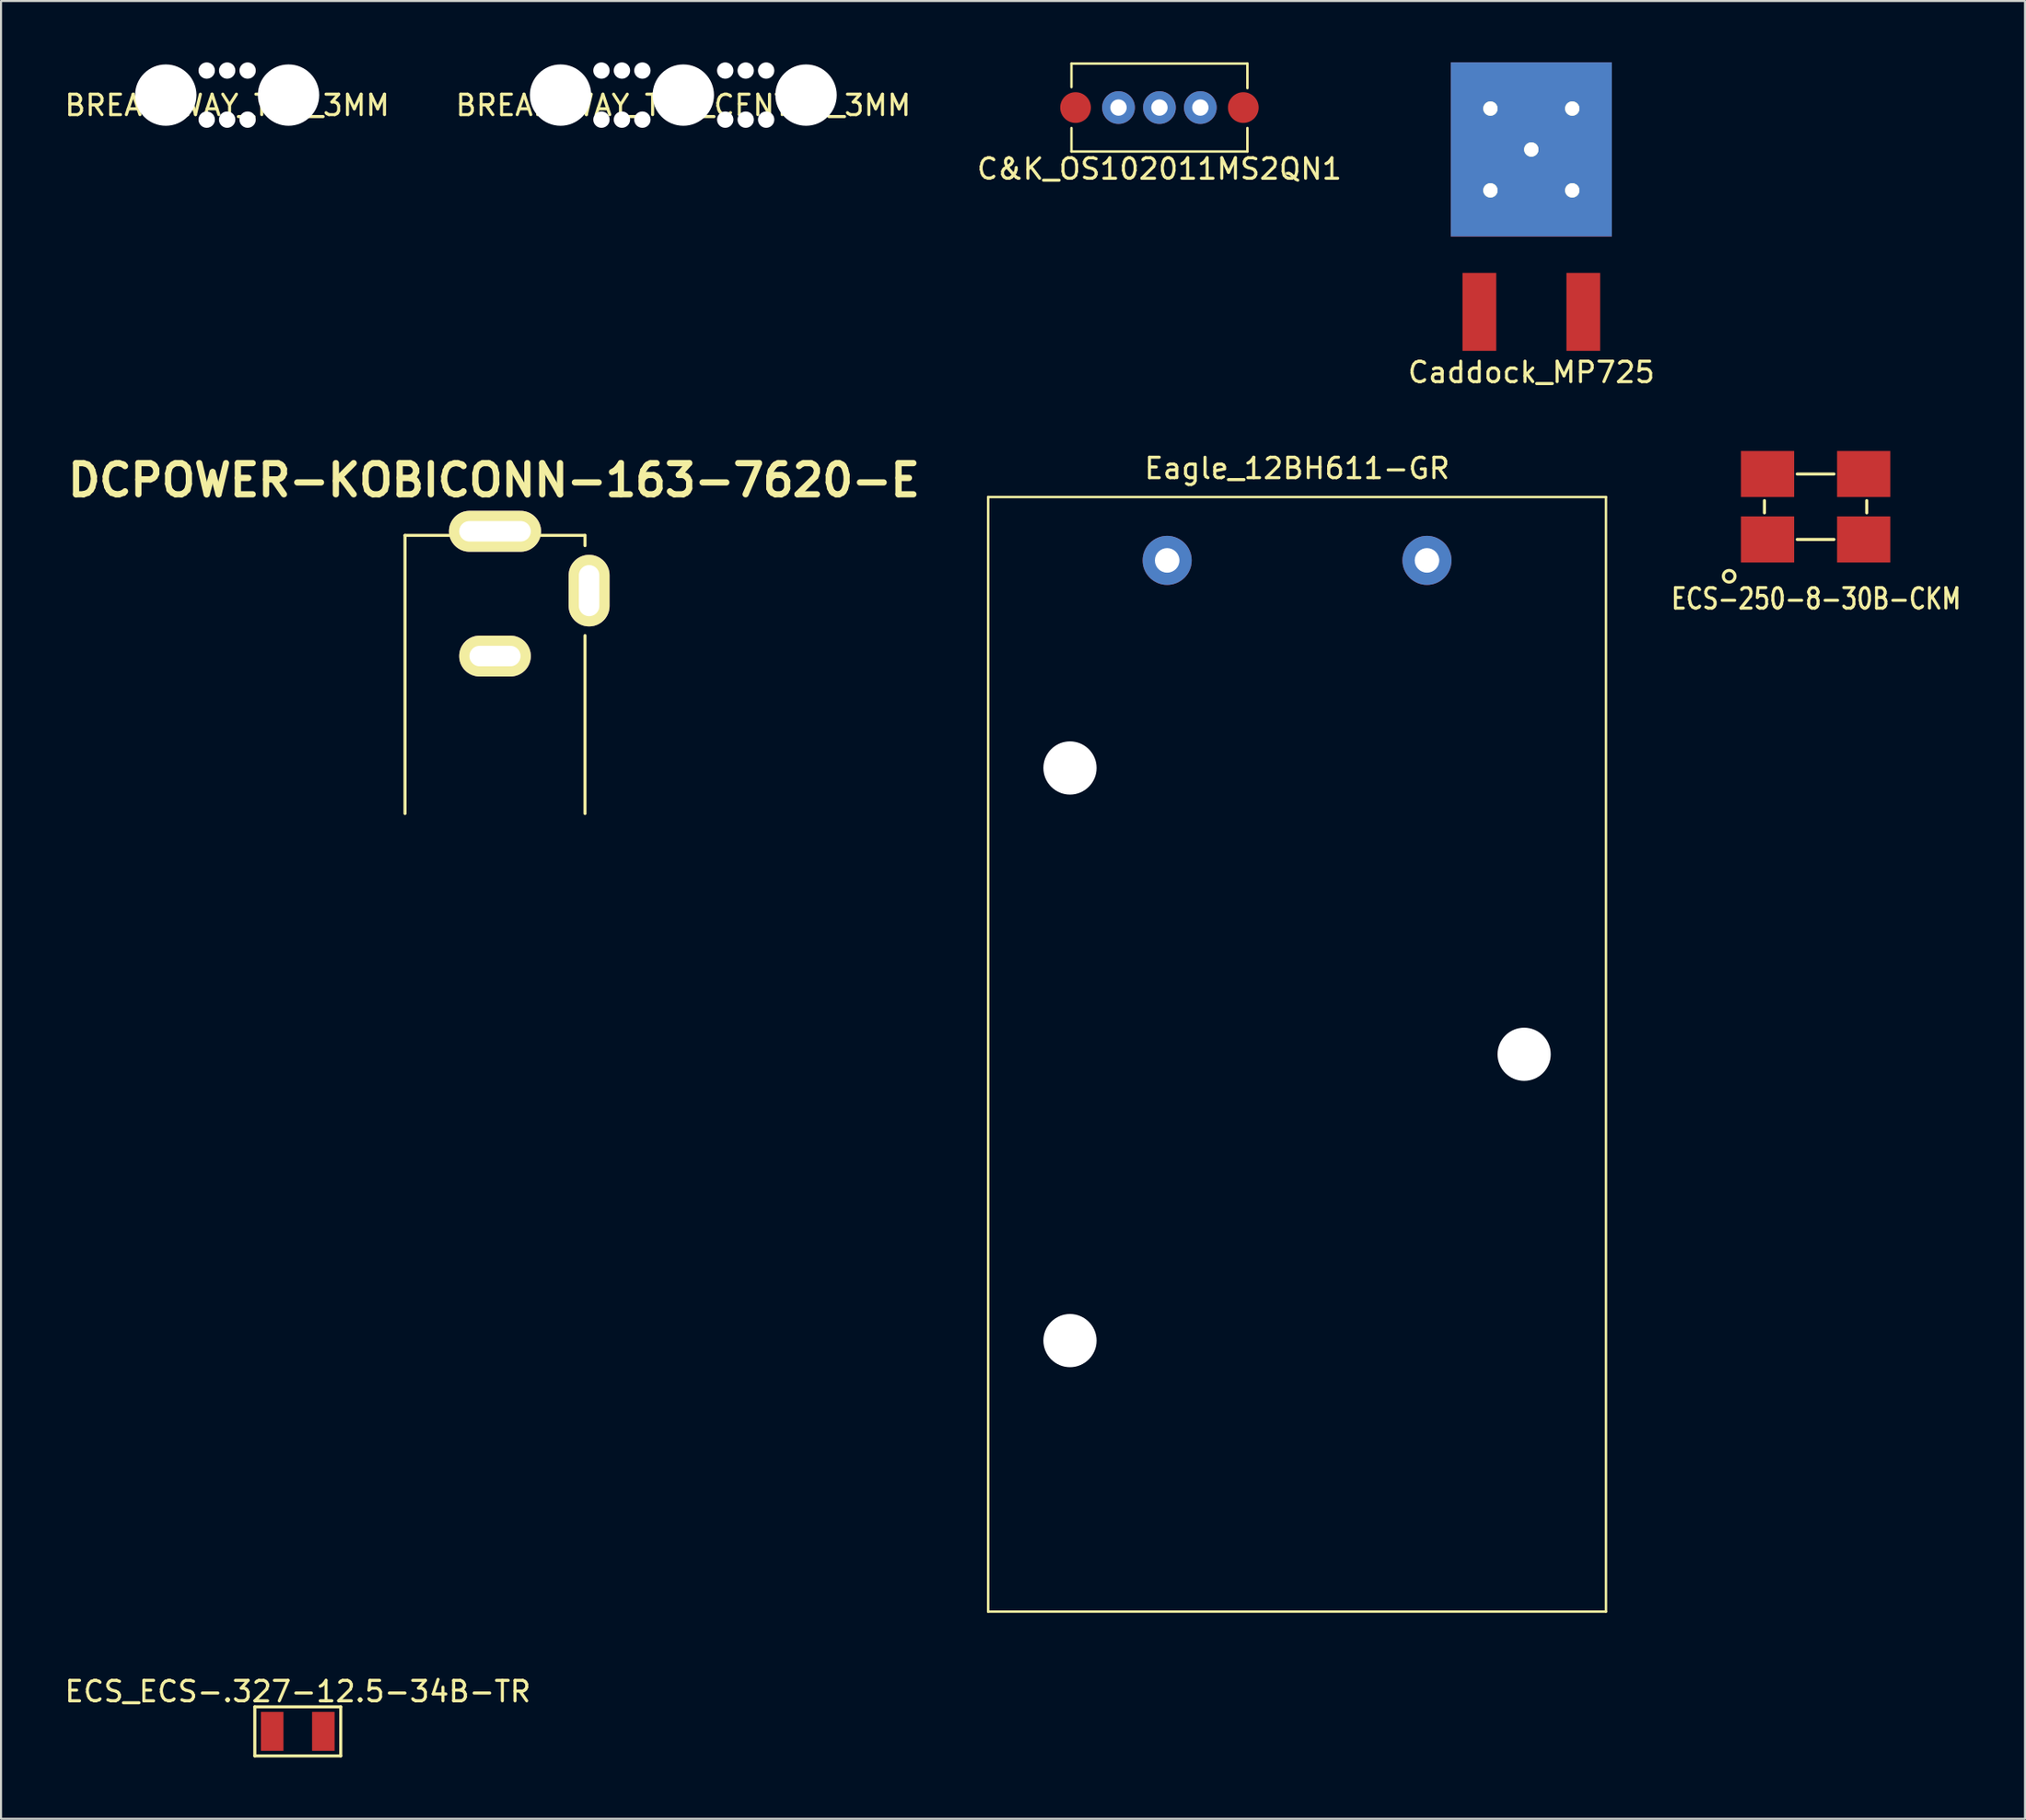
<source format=kicad_pcb>
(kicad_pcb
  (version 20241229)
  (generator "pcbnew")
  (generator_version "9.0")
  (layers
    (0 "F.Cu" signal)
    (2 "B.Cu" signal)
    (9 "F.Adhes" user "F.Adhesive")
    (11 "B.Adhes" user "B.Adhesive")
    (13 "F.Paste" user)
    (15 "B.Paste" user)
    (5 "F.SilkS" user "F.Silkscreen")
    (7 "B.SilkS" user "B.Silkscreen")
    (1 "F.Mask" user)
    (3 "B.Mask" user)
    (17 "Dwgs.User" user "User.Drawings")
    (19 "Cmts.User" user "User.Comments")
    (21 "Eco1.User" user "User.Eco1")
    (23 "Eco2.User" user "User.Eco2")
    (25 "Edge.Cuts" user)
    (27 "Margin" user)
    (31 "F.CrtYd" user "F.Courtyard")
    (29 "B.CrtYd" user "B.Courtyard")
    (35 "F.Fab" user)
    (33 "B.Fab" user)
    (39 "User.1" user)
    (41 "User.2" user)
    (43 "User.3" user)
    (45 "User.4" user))
  (footprint "ECS-250-8-30B-CKM"
    (layer "F.Cu")
    (at 85.7 21.728)
    (property "Reference" "ECS-250-8-30B-CKM" (at 0.025 4.5 0) (layer "F.SilkS") (effects (font (size 1 0.8) (thickness 0.15))))
    (attr through_hole)
    (fp_line (start -2.5 -0.3) (end -2.5 0.3) (stroke (width 0.15) (type solid)) (layer "F.SilkS"))
    (fp_line (start -0.9 -1.6) (end 0.9 -1.6) (stroke (width 0.15) (type solid)) (layer "F.SilkS"))
    (fp_line (start -0.9 1.6) (end 0.9 1.6) (stroke (width 0.15) (type solid)) (layer "F.SilkS"))
    (fp_line (start 2.5 -0.3) (end 2.5 0.3) (stroke (width 0.15) (type solid)) (layer "F.SilkS"))
    (fp_circle (center -4.225 3.4) (end -3.95 3.475) (stroke (width 0.15) (type solid)) (fill no) (layer "F.SilkS"))
    (pad "1" smd rect (at -2.35 1.6) (size 2.6 2.25) (layers "F.Cu" "F.Mask" "F.Paste"))
    (pad "2" smd rect (at 2.35 1.6) (size 2.6 2.25) (layers "F.Cu" "F.Mask" "F.Paste"))
    (pad "3" smd rect (at 2.35 -1.6) (size 2.6 2.25) (layers "F.Cu" "F.Mask" "F.Paste"))
    (pad "4" smd rect (at -2.35 -1.6) (size 2.6 2.25) (layers "F.Cu" "F.Mask" "F.Paste")))
  (footprint "C&K_OS102011MS2QN1"
    (layer "F.Cu")
    (at 53.625 2.21)
    (property "Reference" "C&K_OS102011MS2QN1" (at 0 3 0) (layer "F.SilkS") (effects (font (size 1 1) (thickness 0.15))))
    (attr through_hole)
    (fp_line (start -4.3 -2.15) (end 4.3 -2.15) (stroke (width 0.12) (type solid)) (layer "F.SilkS"))
    (fp_line (start -4.3 -1) (end -4.3 -2.15) (stroke (width 0.12) (type solid)) (layer "F.SilkS"))
    (fp_line (start -4.3 1) (end -4.3 2.15) (stroke (width 0.12) (type solid)) (layer "F.SilkS"))
    (fp_line (start -4.3 2.15) (end 4.3 2.15) (stroke (width 0.12) (type solid)) (layer "F.SilkS"))
    (fp_line (start 4.3 -2.15) (end 4.3 -0.95) (stroke (width 0.12) (type solid)) (layer "F.SilkS"))
    (fp_line (start 4.3 2.15) (end 4.3 1) (stroke (width 0.12) (type solid)) (layer "F.SilkS"))
    (pad "" connect circle (at -4.1 0) (size 1.5 1.5) (layers "F.Cu" "F.Mask"))
    (pad "" connect circle (at 4.1 0) (size 1.5 1.5) (layers "F.Cu" "F.Mask"))
    (pad "1" thru_hole circle (at -2 0) (size 1.6 1.6) (drill 0.8) (layers "*.Cu" "*.Mask"))
    (pad "2" thru_hole circle (at 0 0) (size 1.6 1.6) (drill 0.8) (layers "*.Cu" "*.Mask"))
    (pad "3" thru_hole circle (at 2 0) (size 1.6 1.6) (drill 0.8) (layers "*.Cu" "*.Mask")))
  (footprint "DCPOWER-KOBICONN-163-7620-E"
    (layer "F.Cu")
    (at 21.147 36.729)
    (property "Reference" "DCPOWER-KOBICONN-163-7620-E" (at -0.051 -16.299 0) (layer "F.SilkS") (effects (font (size 1.524 1.524) (thickness 0.305))))
    (attr through_hole)
    (fp_line (start -4.399 -13.599) (end -4.399 0) (stroke (width 0.15) (type solid)) (layer "F.SilkS"))
    (fp_line (start -4.399 -13.599) (end -2.2 -13.599) (stroke (width 0.15) (type solid)) (layer "F.SilkS"))
    (fp_line (start 4.399 -13.599) (end 2.25 -13.599) (stroke (width 0.15) (type solid)) (layer "F.SilkS"))
    (fp_line (start 4.399 -13.599) (end 4.399 -13.099) (stroke (width 0.15) (type solid)) (layer "F.SilkS"))
    (fp_line (start 4.399 0) (end 4.399 -8.7) (stroke (width 0.15) (type solid)) (layer "F.SilkS"))
    (pad "1" thru_hole oval (at 0 -13.8) (size 4.501 1.999) (drill oval 3.5 1.001) (layers "*.Cu" "*.Mask" "F.SilkS"))
    (pad "2" thru_hole oval (at 4.6 -10.899) (size 1.999 3.5) (drill oval 1.001 2.499) (layers "*.Cu" "*.Mask" "F.SilkS"))
    (pad "3" thru_hole oval (at 0 -7.699) (size 3.5 1.999) (drill oval 2.499 1.001) (layers "*.Cu" "*.Mask" "F.SilkS")))
  (footprint "ECS_ECS-.327-12.5-34B-TR"
    (layer "F.Cu")
    (at 11.506 81.61)
    (property "Reference" "ECS_ECS-.327-12.5-34B-TR" (at 0 -1.95 0) (layer "F.SilkS") (effects (font (size 1 1) (thickness 0.15))))
    (attr through_hole)
    (fp_line (start -2.1 -1.2) (end 2.1 -1.2) (stroke (width 0.15) (type solid)) (layer "F.SilkS"))
    (fp_line (start -2.1 1.2) (end -2.1 -1.2) (stroke (width 0.15) (type solid)) (layer "F.SilkS"))
    (fp_line (start -2.1 1.2) (end 2.1 1.2) (stroke (width 0.15) (type solid)) (layer "F.SilkS"))
    (fp_line (start 2.1 1.2) (end 2.1 -1.2) (stroke (width 0.15) (type solid)) (layer "F.SilkS"))
    (pad "1" smd rect (at -1.25 0) (size 1.1 1.9) (layers "F.Cu" "F.Mask" "F.Paste"))
    (pad "2" smd rect (at 1.25 0) (size 1.1 1.9) (layers "F.Cu" "F.Mask" "F.Paste")))
  (footprint "Eagle_12BH611-GR"
    (layer "F.Cu")
    (at 60.353 48.502)
    (property "Reference" "Eagle_12BH611-GR" (at 0 -28.65 0) (layer "F.SilkS") (effects (font (size 1 1) (thickness 0.15))))
    (attr through_hole)
    (fp_line (start -15.1 -27.25) (end -15.1 27.25) (stroke (width 0.12) (type solid)) (layer "F.SilkS"))
    (fp_line (start -15.1 27.25) (end 15.1 27.25) (stroke (width 0.12) (type solid)) (layer "F.SilkS"))
    (fp_line (start 15.1 -27.25) (end -15.1 -27.25) (stroke (width 0.12) (type solid)) (layer "F.SilkS"))
    (fp_line (start 15.1 27.25) (end 15.1 -27.25) (stroke (width 0.12) (type solid)) (layer "F.SilkS"))
    (pad "" np_thru_hole circle (at -11.1 -14) (size 2.6 2.6) (drill 2.6) (layers "*.Cu" "*.Mask"))
    (pad "" np_thru_hole circle (at -11.1 14) (size 2.6 2.6) (drill 2.6) (layers "*.Cu" "*.Mask"))
    (pad "" np_thru_hole circle (at 11.1 0) (size 2.6 2.6) (drill 2.6) (layers "*.Cu" "*.Mask"))
    (pad "1" thru_hole circle (at 6.35 -24.15) (size 2.4 2.4) (drill 1.2) (layers "*.Cu" "*.Mask"))
    (pad "2" thru_hole circle (at -6.35 -24.15) (size 2.4 2.4) (drill 1.2) (layers "*.Cu" "*.Mask")))
  (footprint "Caddock_MP725"
    (layer "F.Cu")
    (at 71.804 14.105)
    (property "Reference" "Caddock_MP725" (at 0 1.05 0) (layer "F.SilkS") (effects (font (size 1 1) (thickness 0.15))))
    (attr through_hole)
    (pad "1" smd rect (at -2.54 -1.905) (size 1.65 3.81) (layers "F.Cu" "F.Mask" "F.Paste"))
    (pad "2" smd rect (at 2.54 -1.905) (size 1.65 3.81) (layers "F.Cu" "F.Mask" "F.Paste"))
    (pad "3" thru_hole circle (at -2 -11.845) (size 0.7 0.7) (drill 0.7) (layers "*.Cu" "*.Mask" "F.SilkS"))
    (pad "3" thru_hole circle (at -2 -7.845) (size 0.7 0.7) (drill 0.7) (layers "*.Cu" "*.Mask" "F.SilkS"))
    (pad "3" smd rect (at 0 -9.85) (size 7.87 8.51) (layers "F.Mask" "B.Cu" "F.Paste"))
    (pad "3" thru_hole circle (at 0 -9.845) (size 0.7 0.7) (drill 0.7) (layers "*.Cu" "*.Mask" "F.SilkS"))
    (pad "3" smd rect (at 0 -9.845) (size 7.87 8.51) (layers "F.Cu" "F.Mask" "F.Paste"))
    (pad "3" thru_hole circle (at 2 -11.845) (size 0.7 0.7) (drill 0.7) (layers "*.Cu" "*.Mask" "F.SilkS"))
    (pad "3" thru_hole circle (at 2 -7.845) (size 0.7 0.7) (drill 0.7) (layers "*.Cu" "*.Mask" "F.SilkS")))
  (footprint "BREAKAWAY_TAB_3MM"
    (layer "F.Cu")
    (at 8.054 1.6)
    (property "Reference" "BREAKAWAY_TAB_3MM" (at 0 0.5 0) (layer "F.SilkS") (effects (font (size 1 1) (thickness 0.15))))
    (attr through_hole)
    (pad "" np_thru_hole circle (at -3 0) (size 3 3) (drill 3) (layers "*.Cu" "*.Mask" "Eco1.User"))
    (pad "" np_thru_hole circle (at -1 -1.2) (size 0.8 0.8) (drill 0.8) (layers "*.Cu" "*.Mask"))
    (pad "" np_thru_hole circle (at -1 1.2) (size 0.8 0.8) (drill 0.8) (layers "*.Cu" "*.Mask"))
    (pad "" np_thru_hole circle (at 0 -1.2) (size 0.8 0.8) (drill 0.8) (layers "*.Cu" "*.Mask"))
    (pad "" np_thru_hole circle (at 0 1.2) (size 0.8 0.8) (drill 0.8) (layers "*.Cu" "*.Mask"))
    (pad "" np_thru_hole circle (at 1 -1.2) (size 0.8 0.8) (drill 0.8) (layers "*.Cu" "*.Mask"))
    (pad "" np_thru_hole circle (at 1 1.2) (size 0.8 0.8) (drill 0.8) (layers "*.Cu" "*.Mask"))
    (pad "" np_thru_hole circle (at 3 0) (size 3 3) (drill 3) (layers "*.Cu" "*.Mask" "Eco1.User")))
  (footprint "BREAKAWAY_TAB_CENTER_3MM"
    (layer "F.Cu")
    (at 30.351 1.6)
    (property "Reference" "BREAKAWAY_TAB_CENTER_3MM" (at 0 0.5 0) (layer "F.SilkS") (effects (font (size 1 1) (thickness 0.15))))
    (attr through_hole)
    (pad "" np_thru_hole circle (at -6 0) (size 3 3) (drill 3) (layers "*.Cu" "*.Mask" "Eco1.User"))
    (pad "" np_thru_hole circle (at -4 -1.2) (size 0.8 0.8) (drill 0.8) (layers "*.Cu" "*.Mask"))
    (pad "" np_thru_hole circle (at -4 1.2) (size 0.8 0.8) (drill 0.8) (layers "*.Cu" "*.Mask"))
    (pad "" np_thru_hole circle (at -3 -1.2) (size 0.8 0.8) (drill 0.8) (layers "*.Cu" "*.Mask"))
    (pad "" np_thru_hole circle (at -3 1.2) (size 0.8 0.8) (drill 0.8) (layers "*.Cu" "*.Mask"))
    (pad "" np_thru_hole circle (at -2 -1.2) (size 0.8 0.8) (drill 0.8) (layers "*.Cu" "*.Mask"))
    (pad "" np_thru_hole circle (at -2 1.2) (size 0.8 0.8) (drill 0.8) (layers "*.Cu" "*.Mask"))
    (pad "" np_thru_hole circle (at 0 0) (size 3 3) (drill 3) (layers "*.Cu" "*.Mask" "Eco1.User"))
    (pad "" np_thru_hole circle (at 2.05 -1.2) (size 0.8 0.8) (drill 0.8) (layers "*.Cu" "*.Mask"))
    (pad "" np_thru_hole circle (at 2.05 1.2) (size 0.8 0.8) (drill 0.8) (layers "*.Cu" "*.Mask"))
    (pad "" np_thru_hole circle (at 3.05 -1.2) (size 0.8 0.8) (drill 0.8) (layers "*.Cu" "*.Mask"))
    (pad "" np_thru_hole circle (at 3.05 1.2) (size 0.8 0.8) (drill 0.8) (layers "*.Cu" "*.Mask"))
    (pad "" np_thru_hole circle (at 4.05 -1.2) (size 0.8 0.8) (drill 0.8) (layers "*.Cu" "*.Mask"))
    (pad "" np_thru_hole circle (at 4.05 1.2) (size 0.8 0.8) (drill 0.8) (layers "*.Cu" "*.Mask"))
    (pad "" np_thru_hole circle (at 6 0) (size 3 3) (drill 3) (layers "*.Cu" "*.Mask" "Eco1.User")))
  (gr_rect
    (start -3 -3)
    (end 95.936 85.885)
    (stroke (width 0.1) (type default))
    (fill no)
    (layer "Edge.Cuts")))
</source>
